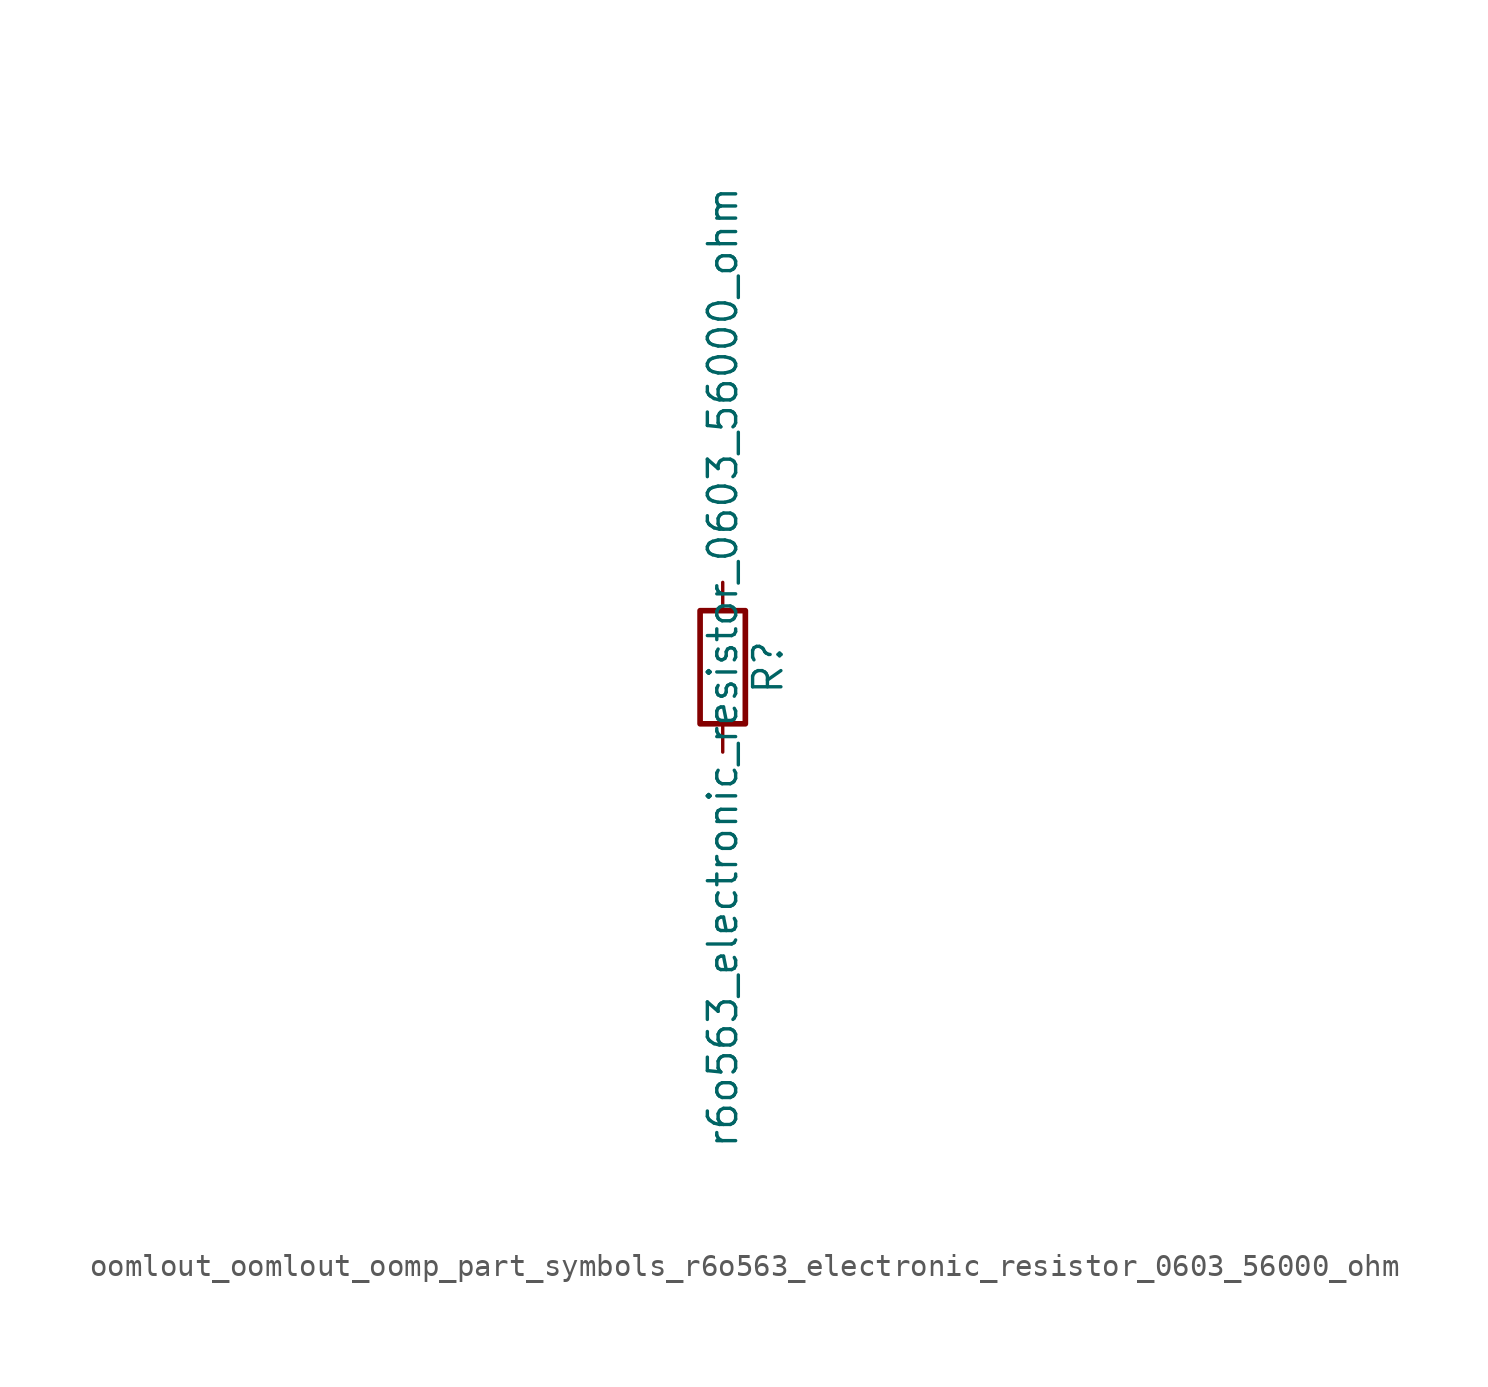
<source format=kicad_sym>
(kicad_symbol_lib
  (version 20220914)
  (generator kicad_symbol_editor)
  (symbol "oomlout_oomlout_oomp_part_symbols_r6o563_electronic_resistor_0603_56000_ohm"
    (pin_numbers hide)
    (pin_names
      (offset 0))
    (property "Reference" "R"
      (at 2.032 0 90)
      (effects (font (size 1.27 1.27))))
    (property "Value" "r6o563_electronic_resistor_0603_56000_ohm"
      (at 0 0 90)
      (effects (font (size 1.27 1.27))))
    (symbol "oomlout_oomlout_oomp_part_symbols_r6o563_electronic_resistor_0603_56000_ohm_0_1"
      (rectangle (start -1.016 -2.54) (end 1.016 2.54) (stroke (width 0.254) (type default)) (fill (type none))))
    (symbol "oomlout_oomlout_oomp_part_symbols_r6o563_electronic_resistor_0603_56000_ohm_1_1"
      (pin passive line (at 0 3.81 270) (length 1.27) (name "~" (effects (font (size 1.27 1.27)))) (number "1" (effects (font (size 1.27 1.27)))))
      (pin passive line (at 0 -3.81 90) (length 1.27) (name "~" (effects (font (size 1.27 1.27)))) (number "2" (effects (font (size 1.27 1.27))))))))
</source>
